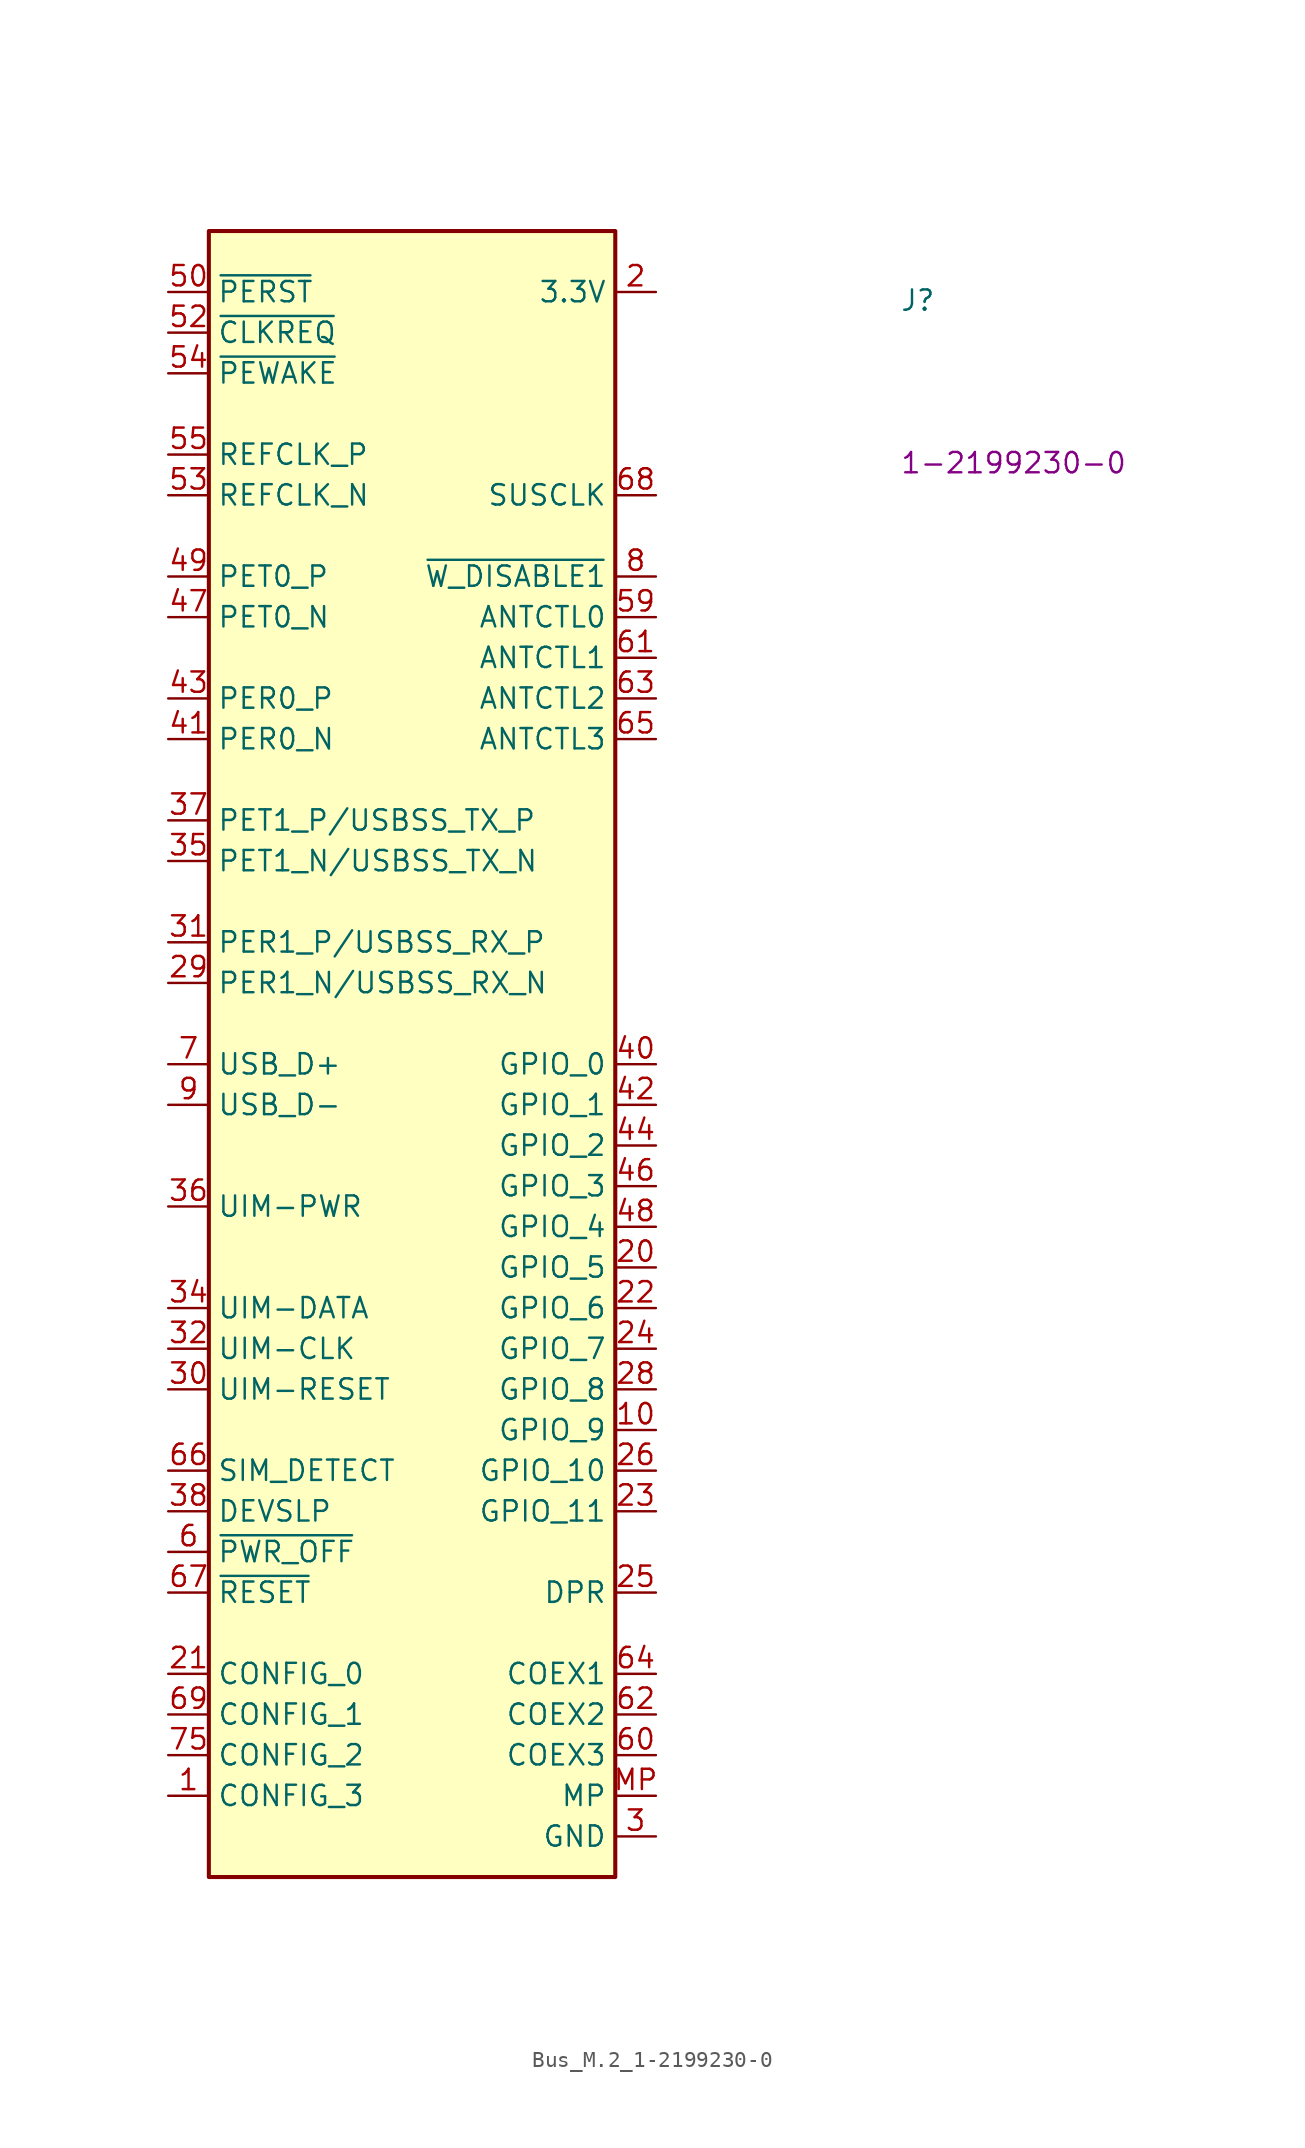
<source format=kicad_sym>
(kicad_symbol_lib
  (version 20220914)
  (generator kicad_symbol_editor)
  (symbol "Bus_M.2_1-2199230-0"
    (property "Reference" "J"
      (at 45.72 -1.27 0)
      (effects (font (size 1.27 1.27) (thickness 0.15)) (justify left bottom)))
    (property "MPN" "1-2199230-0 "
      (at 45.72 -11.43 0)
      (effects (font (size 1.27 1.27) (thickness 0.15)) (justify left bottom)))
    (symbol "Bus_M.2_1-2199230-0_1_1"
      (rectangle (start 2.54 3.81) (end 27.94 -99.06) (stroke (width 0.254) (type default)) (fill (type background)))
      (pin input line (at 0 -93.98 0) (length 2.54) (name "CONFIG_3" (effects (font (size 1.27 1.27)))) (number "1" (effects (font (size 1.27 1.27)))))
      (pin bidirectional line (at 30.48 -71.12 180) (length 2.54) (name "GPIO_9" (effects (font (size 1.27 1.27)))) (number "10" (effects (font (size 1.27 1.27)))))
      (pin passive line (at 30.48 -96.52 180) (length 2.54) hide (name "GND" (effects (font (size 1.27 1.27)))) (number "11" (effects (font (size 1.27 1.27)))))
      (pin power_in line (at 30.48 0 180) (length 2.54) (name "3.3V" (effects (font (size 1.27 1.27)))) (number "2" (effects (font (size 1.27 1.27)))))
      (pin bidirectional line (at 30.48 -60.96 180) (length 2.54) (name "GPIO_5" (effects (font (size 1.27 1.27)))) (number "20" (effects (font (size 1.27 1.27)))))
      (pin input line (at 0 -86.36 0) (length 2.54) (name "CONFIG_0" (effects (font (size 1.27 1.27)))) (number "21" (effects (font (size 1.27 1.27)))))
      (pin bidirectional line (at 30.48 -63.5 180) (length 2.54) (name "GPIO_6" (effects (font (size 1.27 1.27)))) (number "22" (effects (font (size 1.27 1.27)))))
      (pin bidirectional line (at 30.48 -76.2 180) (length 2.54) (name "GPIO_11" (effects (font (size 1.27 1.27)))) (number "23" (effects (font (size 1.27 1.27)))))
      (pin bidirectional line (at 30.48 -66.04 180) (length 2.54) (name "GPIO_7" (effects (font (size 1.27 1.27)))) (number "24" (effects (font (size 1.27 1.27)))))
      (pin output line (at 30.48 -81.28 180) (length 2.54) (name "DPR" (effects (font (size 1.27 1.27)))) (number "25" (effects (font (size 1.27 1.27)))))
      (pin bidirectional line (at 30.48 -73.66 180) (length 2.54) (name "GPIO_10" (effects (font (size 1.27 1.27)))) (number "26" (effects (font (size 1.27 1.27)))))
      (pin passive line (at 30.48 -96.52 180) (length 2.54) hide (name "GND" (effects (font (size 1.27 1.27)))) (number "27" (effects (font (size 1.27 1.27)))))
      (pin bidirectional line (at 30.48 -68.58 180) (length 2.54) (name "GPIO_8" (effects (font (size 1.27 1.27)))) (number "28" (effects (font (size 1.27 1.27)))))
      (pin input line (at 0 -43.18 0) (length 2.54) (name "PER1_N/USBSS_RX_N" (effects (font (size 1.27 1.27)))) (number "29" (effects (font (size 1.27 1.27)))) (alternate "PER1_N" input line) (alternate "USBSS_RX_N" input line))
      (pin power_in line (at 30.48 -96.52 180) (length 2.54) (name "GND" (effects (font (size 1.27 1.27)))) (number "3" (effects (font (size 1.27 1.27)))))
      (pin input line (at 0 -68.58 0) (length 2.54) (name "UIM-RESET" (effects (font (size 1.27 1.27)))) (number "30" (effects (font (size 1.27 1.27)))))
      (pin input line (at 0 -40.64 0) (length 2.54) (name "PER1_P/USBSS_RX_P" (effects (font (size 1.27 1.27)))) (number "31" (effects (font (size 1.27 1.27)))) (alternate "PER1_P" input line) (alternate "USBSS_RX_P" input line))
      (pin input line (at 0 -66.04 0) (length 2.54) (name "UIM-CLK" (effects (font (size 1.27 1.27)))) (number "32" (effects (font (size 1.27 1.27)))))
      (pin passive line (at 30.48 -96.52 180) (length 2.54) hide (name "GND" (effects (font (size 1.27 1.27)))) (number "33" (effects (font (size 1.27 1.27)))))
      (pin bidirectional line (at 0 -63.5 0) (length 2.54) (name "UIM-DATA" (effects (font (size 1.27 1.27)))) (number "34" (effects (font (size 1.27 1.27)))))
      (pin output line (at 0 -35.56 0) (length 2.54) (name "PET1_N/USBSS_TX_N" (effects (font (size 1.27 1.27)))) (number "35" (effects (font (size 1.27 1.27)))) (alternate "PET1_N" output line) (alternate "USBSS_TX_N" output line))
      (pin input line (at 0 -57.15 0) (length 2.54) (name "UIM-PWR" (effects (font (size 1.27 1.27)))) (number "36" (effects (font (size 1.27 1.27)))))
      (pin output line (at 0 -33.02 0) (length 2.54) (name "PET1_P/USBSS_TX_P" (effects (font (size 1.27 1.27)))) (number "37" (effects (font (size 1.27 1.27)))) (alternate "PET1_P" output line) (alternate "USBSS_TX_P" output line))
      (pin output line (at 0 -76.2 0) (length 2.54) (name "DEVSLP" (effects (font (size 1.27 1.27)))) (number "38" (effects (font (size 1.27 1.27)))))
      (pin passive line (at 30.48 -96.52 180) (length 2.54) hide (name "GND" (effects (font (size 1.27 1.27)))) (number "39" (effects (font (size 1.27 1.27)))))
      (pin passive line (at 30.48 0 180) (length 2.54) hide (name "3.3V" (effects (font (size 1.27 1.27)))) (number "4" (effects (font (size 1.27 1.27)))))
      (pin bidirectional line (at 30.48 -48.26 180) (length 2.54) (name "GPIO_0" (effects (font (size 1.27 1.27)))) (number "40" (effects (font (size 1.27 1.27)))))
      (pin input line (at 0 -27.94 0) (length 2.54) (name "PER0_N" (effects (font (size 1.27 1.27)))) (number "41" (effects (font (size 1.27 1.27)))))
      (pin bidirectional line (at 30.48 -50.8 180) (length 2.54) (name "GPIO_1" (effects (font (size 1.27 1.27)))) (number "42" (effects (font (size 1.27 1.27)))))
      (pin input line (at 0 -25.4 0) (length 2.54) (name "PER0_P" (effects (font (size 1.27 1.27)))) (number "43" (effects (font (size 1.27 1.27)))))
      (pin bidirectional line (at 30.48 -53.34 180) (length 2.54) (name "GPIO_2" (effects (font (size 1.27 1.27)))) (number "44" (effects (font (size 1.27 1.27)))))
      (pin passive line (at 30.48 -96.52 180) (length 2.54) hide (name "GND" (effects (font (size 1.27 1.27)))) (number "45" (effects (font (size 1.27 1.27)))))
      (pin bidirectional line (at 30.48 -55.88 180) (length 2.54) (name "GPIO_3" (effects (font (size 1.27 1.27)))) (number "46" (effects (font (size 1.27 1.27)))))
      (pin output line (at 0 -20.32 0) (length 2.54) (name "PET0_N" (effects (font (size 1.27 1.27)))) (number "47" (effects (font (size 1.27 1.27)))))
      (pin bidirectional line (at 30.48 -58.42 180) (length 2.54) (name "GPIO_4" (effects (font (size 1.27 1.27)))) (number "48" (effects (font (size 1.27 1.27)))))
      (pin output line (at 0 -17.78 0) (length 2.54) (name "PET0_P" (effects (font (size 1.27 1.27)))) (number "49" (effects (font (size 1.27 1.27)))))
      (pin passive line (at 30.48 -96.52 180) (length 2.54) hide (name "GND" (effects (font (size 1.27 1.27)))) (number "5" (effects (font (size 1.27 1.27)))))
      (pin output line (at 0 0 0) (length 2.54) (name "~{PERST}" (effects (font (size 1.27 1.27)))) (number "50" (effects (font (size 1.27 1.27)))))
      (pin passive line (at 30.48 -96.52 180) (length 2.54) hide (name "GND" (effects (font (size 1.27 1.27)))) (number "51" (effects (font (size 1.27 1.27)))))
      (pin bidirectional line (at 0 -2.54 0) (length 2.54) (name "~{CLKREQ}" (effects (font (size 1.27 1.27)))) (number "52" (effects (font (size 1.27 1.27)))))
      (pin output line (at 0 -12.7 0) (length 2.54) (name "REFCLK_N" (effects (font (size 1.27 1.27)))) (number "53" (effects (font (size 1.27 1.27)))))
      (pin bidirectional line (at 0 -5.08 0) (length 2.54) (name "~{PEWAKE}" (effects (font (size 1.27 1.27)))) (number "54" (effects (font (size 1.27 1.27)))))
      (pin output line (at 0 -10.16 0) (length 2.54) (name "REFCLK_P" (effects (font (size 1.27 1.27)))) (number "55" (effects (font (size 1.27 1.27)))))
      (pin no_connect line (at 27.94 -6.35 180) (length 2.54) hide (name "NC" (effects (font (size 1.27 1.27)))) (number "56" (effects (font (size 1.27 1.27)))))
      (pin passive line (at 30.48 -96.52 180) (length 2.54) hide (name "GND" (effects (font (size 1.27 1.27)))) (number "57" (effects (font (size 1.27 1.27)))))
      (pin no_connect line (at 27.94 -3.81 180) (length 2.54) hide (name "NC" (effects (font (size 1.27 1.27)))) (number "58" (effects (font (size 1.27 1.27)))))
      (pin input line (at 30.48 -20.32 180) (length 2.54) (name "ANTCTL0" (effects (font (size 1.27 1.27)))) (number "59" (effects (font (size 1.27 1.27)))))
      (pin output line (at 0 -78.74 0) (length 2.54) (name "~{PWR_OFF}" (effects (font (size 1.27 1.27)))) (number "6" (effects (font (size 1.27 1.27)))))
      (pin bidirectional line (at 30.48 -91.44 180) (length 2.54) (name "COEX3" (effects (font (size 1.27 1.27)))) (number "60" (effects (font (size 1.27 1.27)))))
      (pin input line (at 30.48 -22.86 180) (length 2.54) (name "ANTCTL1" (effects (font (size 1.27 1.27)))) (number "61" (effects (font (size 1.27 1.27)))))
      (pin bidirectional line (at 30.48 -88.9 180) (length 2.54) (name "COEX2" (effects (font (size 1.27 1.27)))) (number "62" (effects (font (size 1.27 1.27)))))
      (pin input line (at 30.48 -25.4 180) (length 2.54) (name "ANTCTL2" (effects (font (size 1.27 1.27)))) (number "63" (effects (font (size 1.27 1.27)))))
      (pin bidirectional line (at 30.48 -86.36 180) (length 2.54) (name "COEX1" (effects (font (size 1.27 1.27)))) (number "64" (effects (font (size 1.27 1.27)))))
      (pin input line (at 30.48 -27.94 180) (length 2.54) (name "ANTCTL3" (effects (font (size 1.27 1.27)))) (number "65" (effects (font (size 1.27 1.27)))))
      (pin output line (at 0 -73.66 0) (length 2.54) (name "SIM_DETECT" (effects (font (size 1.27 1.27)))) (number "66" (effects (font (size 1.27 1.27)))))
      (pin output line (at 0 -81.28 0) (length 2.54) (name "~{RESET}" (effects (font (size 1.27 1.27)))) (number "67" (effects (font (size 1.27 1.27)))))
      (pin output line (at 30.48 -12.7 180) (length 2.54) (name "SUSCLK" (effects (font (size 1.27 1.27)))) (number "68" (effects (font (size 1.27 1.27)))))
      (pin input line (at 0 -88.9 0) (length 2.54) (name "CONFIG_1" (effects (font (size 1.27 1.27)))) (number "69" (effects (font (size 1.27 1.27)))))
      (pin bidirectional line (at 0 -48.26 0) (length 2.54) (name "USB_D+" (effects (font (size 1.27 1.27)))) (number "7" (effects (font (size 1.27 1.27)))))
      (pin passive line (at 30.48 0 180) (length 2.54) hide (name "3.3V" (effects (font (size 1.27 1.27)))) (number "70" (effects (font (size 1.27 1.27)))))
      (pin passive line (at 30.48 -96.52 180) (length 2.54) hide (name "GND" (effects (font (size 1.27 1.27)))) (number "71" (effects (font (size 1.27 1.27)))))
      (pin passive line (at 30.48 0 180) (length 2.54) hide (name "3.3V" (effects (font (size 1.27 1.27)))) (number "72" (effects (font (size 1.27 1.27)))))
      (pin passive line (at 30.48 -96.52 180) (length 2.54) hide (name "GND" (effects (font (size 1.27 1.27)))) (number "73" (effects (font (size 1.27 1.27)))))
      (pin passive line (at 30.48 0 180) (length 2.54) hide (name "3.3V" (effects (font (size 1.27 1.27)))) (number "74" (effects (font (size 1.27 1.27)))))
      (pin input line (at 0 -91.44 0) (length 2.54) (name "CONFIG_2" (effects (font (size 1.27 1.27)))) (number "75" (effects (font (size 1.27 1.27)))))
      (pin output line (at 30.48 -17.78 180) (length 2.54) (name "~{W_DISABLE1}" (effects (font (size 1.27 1.27)))) (number "8" (effects (font (size 1.27 1.27)))))
      (pin bidirectional line (at 0 -50.8 0) (length 2.54) (name "USB_D-" (effects (font (size 1.27 1.27)))) (number "9" (effects (font (size 1.27 1.27)))))
      (pin passive line (at 30.48 -93.98 180) (length 2.54) (name "MP" (effects (font (size 1.27 1.27)))) (number "MP" (effects (font (size 1.27 1.27))))))))
</source>
